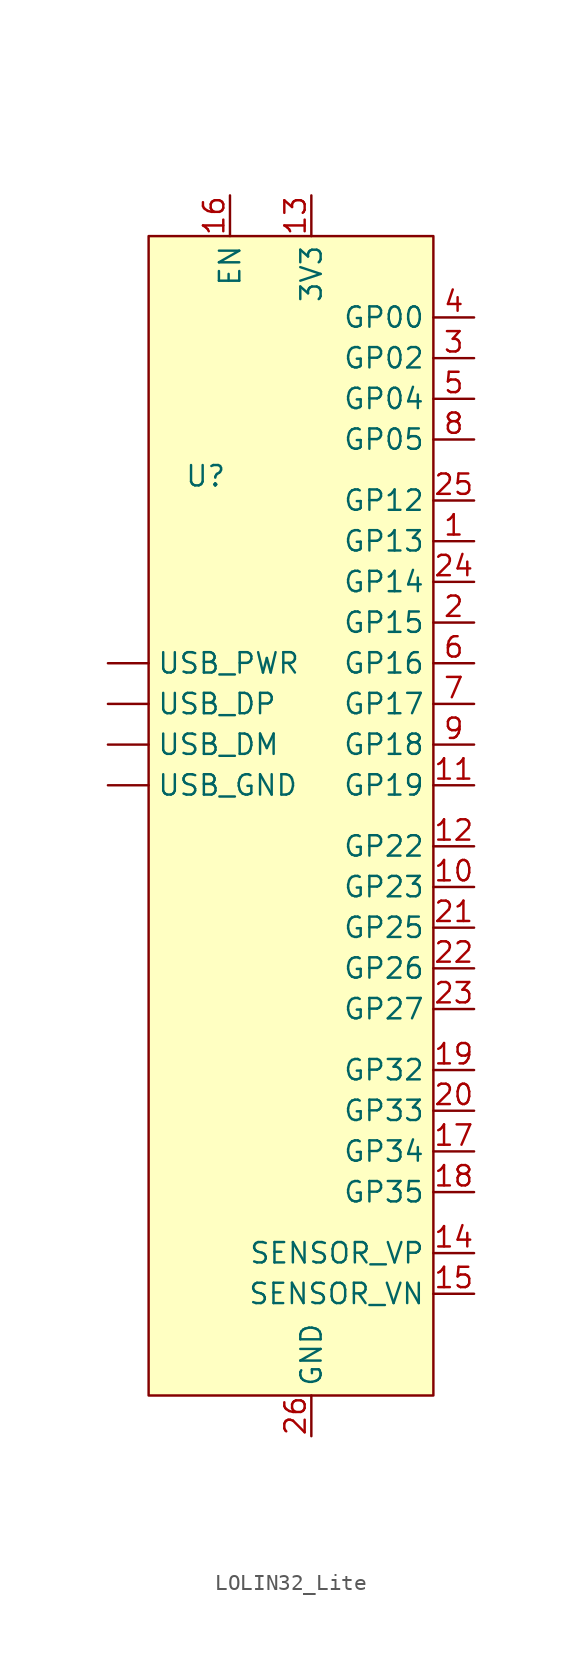
<source format=kicad_sym>
(kicad_symbol_lib
  (version 20231120)
  (generator "kicad_symbol_editor")
  (generator_version "8.0")
  (symbol "LOLIN32_Lite"
    (property "Reference" "U"
      (at -6.604 -9.906 0)
      (effects (font (size 1.27 1.27))))
    (property "Value" ""
      (at 0 0 0)
      (effects (font (size 1.27 1.27))))
    (symbol "LOLIN32_Lite_1_1"
      (rectangle (start -10.16 5.08) (end 7.62 -67.31) (stroke (width 0) (type default)) (fill (type background)))
      (pin bidirectional line (at -12.7 -26.67 0) (length 2.54) (name "USB_DM" (effects (font (size 1.27 1.27)))) (number "" (effects (font (size 1.27 1.27)))))
      (pin bidirectional line (at -12.7 -24.13 0) (length 2.54) (name "USB_DP" (effects (font (size 1.27 1.27)))) (number "" (effects (font (size 1.27 1.27)))))
      (pin power_out line (at -12.7 -29.21 0) (length 2.54) (name "USB_GND" (effects (font (size 1.27 1.27)))) (number "" (effects (font (size 1.27 1.27)))))
      (pin power_in line (at -12.7 -21.59 0) (length 2.54) (name "USB_PWR" (effects (font (size 1.27 1.27)))) (number "" (effects (font (size 1.27 1.27)))))
      (pin bidirectional line (at 10.16 -13.97 180) (length 2.54) (name "GP13" (effects (font (size 1.27 1.27)))) (number "1" (effects (font (size 1.27 1.27)))))
      (pin bidirectional line (at 10.16 -35.56 180) (length 2.54) (name "GP23" (effects (font (size 1.27 1.27)))) (number "10" (effects (font (size 1.27 1.27)))))
      (pin bidirectional line (at 10.16 -29.21 180) (length 2.54) (name "GP19" (effects (font (size 1.27 1.27)))) (number "11" (effects (font (size 1.27 1.27)))))
      (pin bidirectional line (at 10.16 -33.02 180) (length 2.54) (name "GP22" (effects (font (size 1.27 1.27)))) (number "12" (effects (font (size 1.27 1.27)))))
      (pin output line (at 0 7.62 270) (length 2.54) (name "3V3" (effects (font (size 1.27 1.27)))) (number "13" (effects (font (size 1.27 1.27)))))
      (pin bidirectional line (at 10.16 -58.42 180) (length 2.54) (name "SENSOR_VP" (effects (font (size 1.27 1.27)))) (number "14" (effects (font (size 1.27 1.27)))))
      (pin bidirectional line (at 10.16 -60.96 180) (length 2.54) (name "SENSOR_VN" (effects (font (size 1.27 1.27)))) (number "15" (effects (font (size 1.27 1.27)))))
      (pin bidirectional line (at -5.08 7.62 270) (length 2.54) (name "EN" (effects (font (size 1.27 1.27)))) (number "16" (effects (font (size 1.27 1.27)))))
      (pin bidirectional line (at 10.16 -52.07 180) (length 2.54) (name "GP34" (effects (font (size 1.27 1.27)))) (number "17" (effects (font (size 1.27 1.27)))))
      (pin bidirectional line (at 10.16 -54.61 180) (length 2.54) (name "GP35" (effects (font (size 1.27 1.27)))) (number "18" (effects (font (size 1.27 1.27)))))
      (pin bidirectional line (at 10.16 -46.99 180) (length 2.54) (name "GP32" (effects (font (size 1.27 1.27)))) (number "19" (effects (font (size 1.27 1.27)))))
      (pin bidirectional line (at 10.16 -19.05 180) (length 2.54) (name "GP15" (effects (font (size 1.27 1.27)))) (number "2" (effects (font (size 1.27 1.27)))))
      (pin bidirectional line (at 10.16 -49.53 180) (length 2.54) (name "GP33" (effects (font (size 1.27 1.27)))) (number "20" (effects (font (size 1.27 1.27)))))
      (pin bidirectional line (at 10.16 -38.1 180) (length 2.54) (name "GP25" (effects (font (size 1.27 1.27)))) (number "21" (effects (font (size 1.27 1.27)))))
      (pin bidirectional line (at 10.16 -40.64 180) (length 2.54) (name "GP26" (effects (font (size 1.27 1.27)))) (number "22" (effects (font (size 1.27 1.27)))))
      (pin bidirectional line (at 10.16 -43.18 180) (length 2.54) (name "GP27" (effects (font (size 1.27 1.27)))) (number "23" (effects (font (size 1.27 1.27)))))
      (pin bidirectional line (at 10.16 -16.51 180) (length 2.54) (name "GP14" (effects (font (size 1.27 1.27)))) (number "24" (effects (font (size 1.27 1.27)))))
      (pin bidirectional line (at 10.16 -11.43 180) (length 2.54) (name "GP12" (effects (font (size 1.27 1.27)))) (number "25" (effects (font (size 1.27 1.27)))))
      (pin output line (at 0 -69.85 90) (length 2.54) (name "GND" (effects (font (size 1.27 1.27)))) (number "26" (effects (font (size 1.27 1.27)))))
      (pin bidirectional line (at 10.16 -2.54 180) (length 2.54) (name "GP02" (effects (font (size 1.27 1.27)))) (number "3" (effects (font (size 1.27 1.27)))))
      (pin bidirectional line (at 10.16 0 180) (length 2.54) (name "GP00" (effects (font (size 1.27 1.27)))) (number "4" (effects (font (size 1.27 1.27)))))
      (pin bidirectional line (at 10.16 -5.08 180) (length 2.54) (name "GP04" (effects (font (size 1.27 1.27)))) (number "5" (effects (font (size 1.27 1.27)))))
      (pin bidirectional line (at 10.16 -21.59 180) (length 2.54) (name "GP16" (effects (font (size 1.27 1.27)))) (number "6" (effects (font (size 1.27 1.27)))))
      (pin bidirectional line (at 10.16 -24.13 180) (length 2.54) (name "GP17" (effects (font (size 1.27 1.27)))) (number "7" (effects (font (size 1.27 1.27)))))
      (pin bidirectional line (at 10.16 -7.62 180) (length 2.54) (name "GP05" (effects (font (size 1.27 1.27)))) (number "8" (effects (font (size 1.27 1.27)))))
      (pin bidirectional line (at 10.16 -26.67 180) (length 2.54) (name "GP18" (effects (font (size 1.27 1.27)))) (number "9" (effects (font (size 1.27 1.27))))))))
</source>
